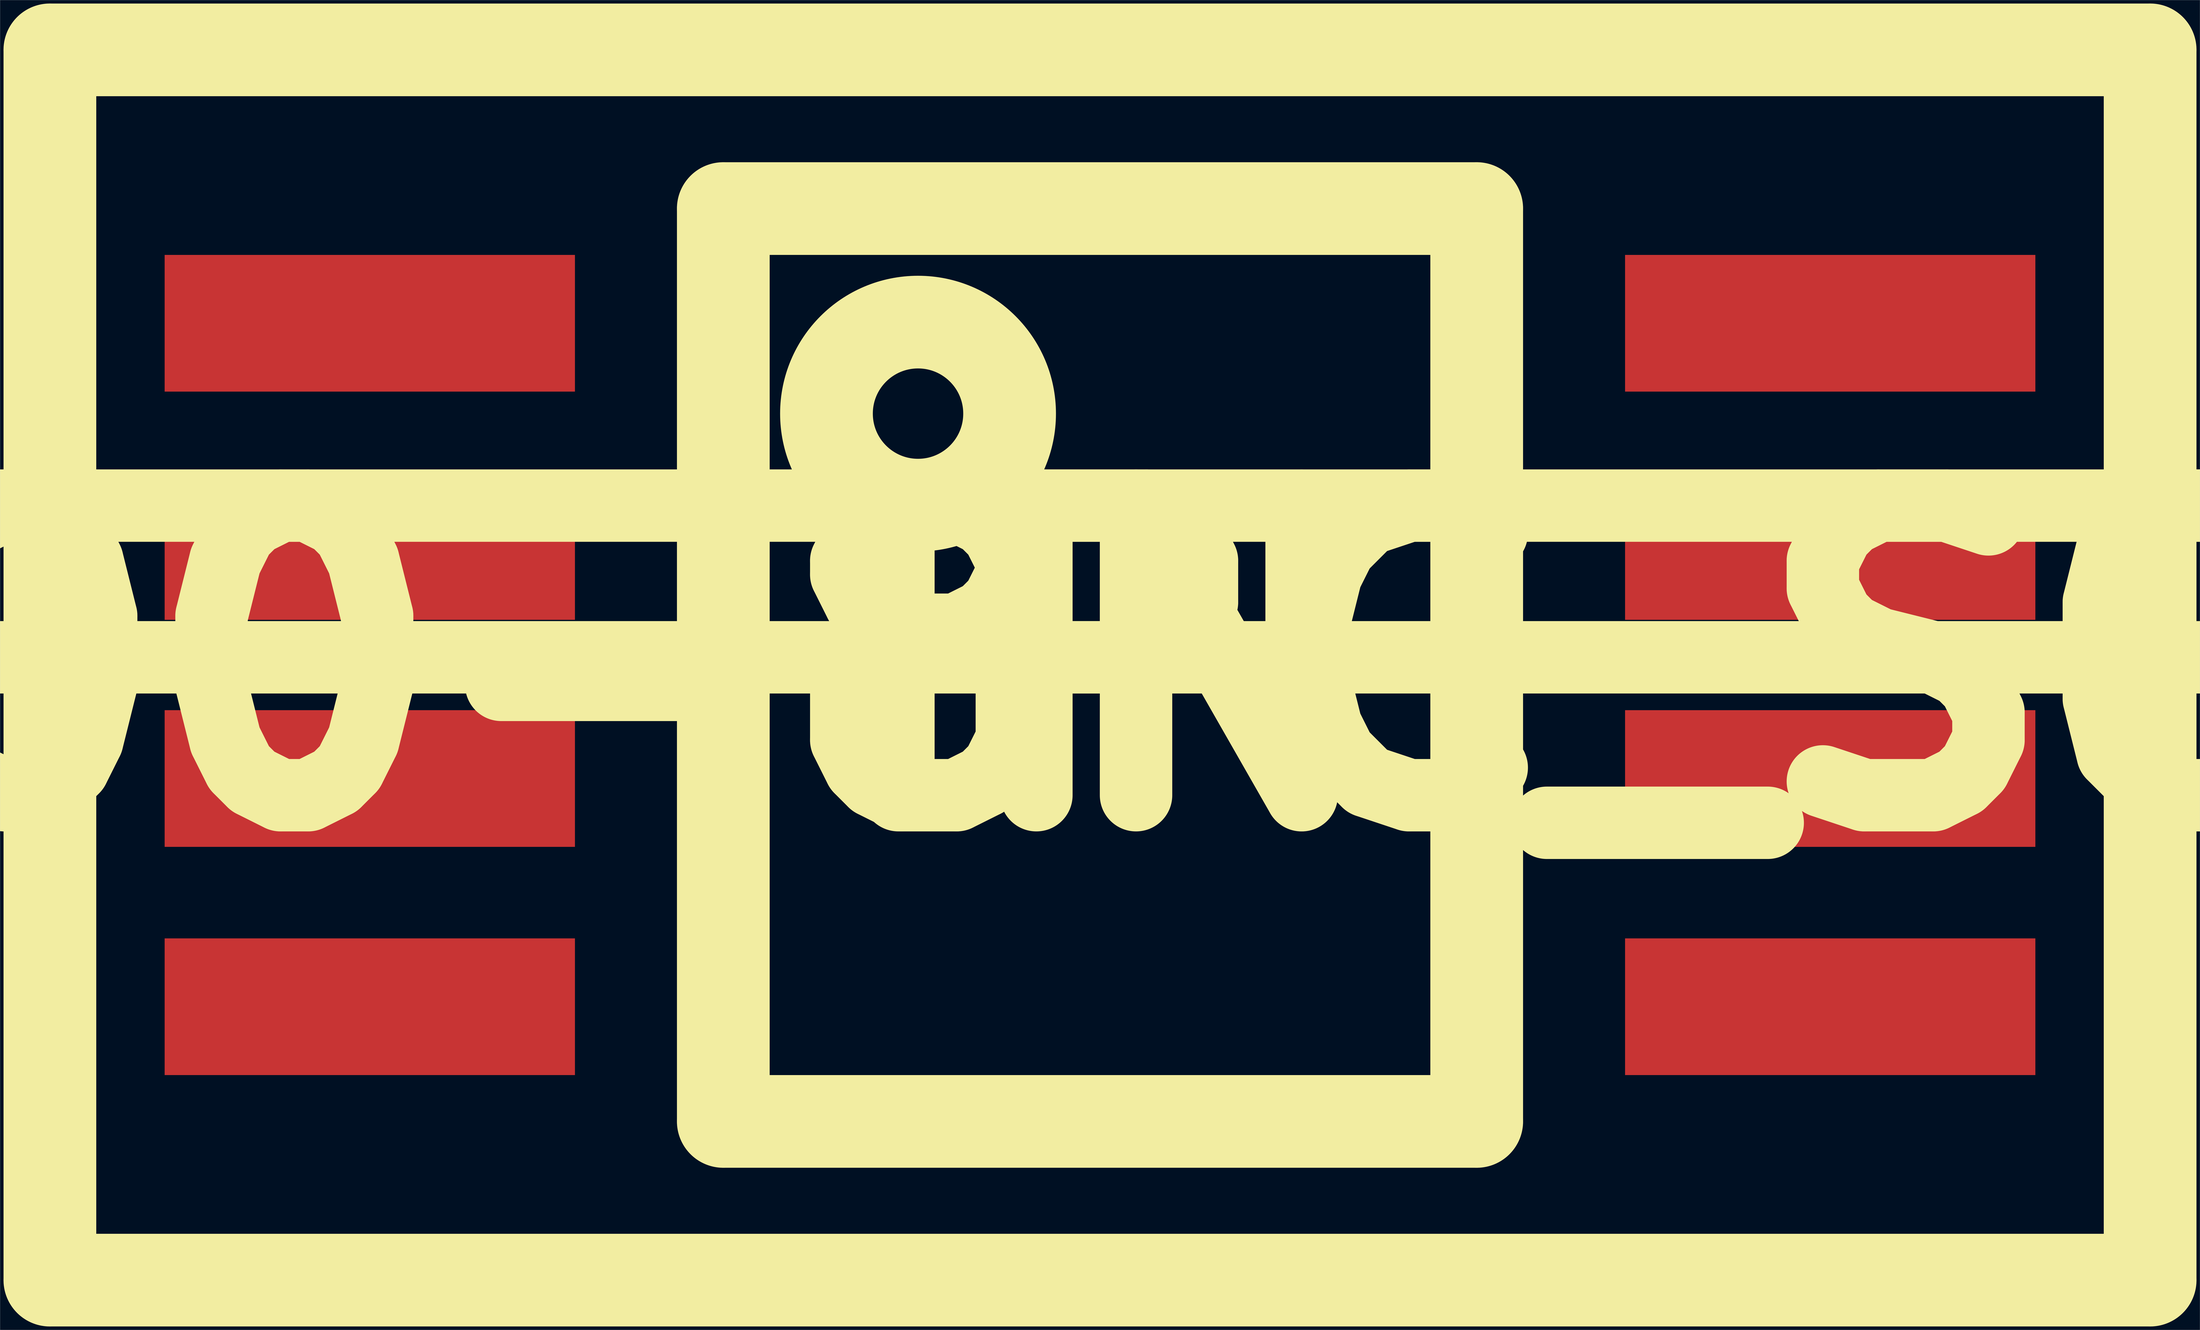
<source format=kicad_pcb>
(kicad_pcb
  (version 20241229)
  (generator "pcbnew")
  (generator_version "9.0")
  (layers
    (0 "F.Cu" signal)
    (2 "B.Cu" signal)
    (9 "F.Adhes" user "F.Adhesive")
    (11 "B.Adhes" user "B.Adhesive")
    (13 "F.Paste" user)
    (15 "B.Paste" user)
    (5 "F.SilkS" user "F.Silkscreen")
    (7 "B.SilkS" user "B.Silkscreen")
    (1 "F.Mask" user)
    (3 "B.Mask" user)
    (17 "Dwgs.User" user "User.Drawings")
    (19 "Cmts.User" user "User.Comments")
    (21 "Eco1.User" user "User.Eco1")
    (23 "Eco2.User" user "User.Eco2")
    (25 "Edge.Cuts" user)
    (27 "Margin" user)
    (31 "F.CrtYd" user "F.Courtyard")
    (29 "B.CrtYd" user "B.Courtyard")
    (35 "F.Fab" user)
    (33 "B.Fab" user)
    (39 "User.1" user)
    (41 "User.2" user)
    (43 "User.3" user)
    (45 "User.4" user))
  (footprint "IPC_SOP50P310X100-8N"
    (layer "F.Cu")
    (at 946 571)
    (property "Reference" "IPC_SOP50P310X100-8N" (at 0 0 0) (layer "F.SilkS") (effects (font (size 250 250) (thickness 120))))
    (attr through_hole)
    (fp_line (start -906 -531) (end 906 -531) (stroke (width 80) (type solid)) (layer "F.SilkS"))
    (fp_line (start -906 531) (end -906 -531) (stroke (width 80) (type solid)) (layer "F.SilkS"))
    (fp_line (start -325 -394) (end 325 -394) (stroke (width 80) (type solid)) (layer "F.SilkS"))
    (fp_line (start -325 394) (end -325 -394) (stroke (width 80) (type solid)) (layer "F.SilkS"))
    (fp_line (start 325 -394) (end 325 394) (stroke (width 80) (type solid)) (layer "F.SilkS"))
    (fp_line (start 325 394) (end -325 394) (stroke (width 80) (type solid)) (layer "F.SilkS"))
    (fp_line (start 906 -531) (end 906 531) (stroke (width 80) (type solid)) (layer "F.SilkS"))
    (fp_line (start 906 531) (end -906 531) (stroke (width 80) (type solid)) (layer "F.SilkS"))
    (fp_circle (center -157 -217) (end -118 -217) (stroke (width 80) (type solid)) (fill no) (layer "F.SilkS"))
    (pad "1" smd rect (at -630 -295) (size 354 118) (layers "F.Cu" "F.Mask" "F.Paste"))
    (pad "2" smd rect (at -630 -98) (size 354 118) (layers "F.Cu" "F.Mask" "F.Paste"))
    (pad "3" smd rect (at -630 98) (size 354 118) (layers "F.Cu" "F.Mask" "F.Paste"))
    (pad "4" smd rect (at -630 295) (size 354 118) (layers "F.Cu" "F.Mask" "F.Paste"))
    (pad "5" smd rect (at 630 295) (size 354 118) (layers "F.Cu" "F.Mask" "F.Paste"))
    (pad "6" smd rect (at 630 98) (size 354 118) (layers "F.Cu" "F.Mask" "F.Paste"))
    (pad "7" smd rect (at 630 -98) (size 354 118) (layers "F.Cu" "F.Mask" "F.Paste"))
    (pad "8" smd rect (at 630 -295) (size 354 118) (layers "F.Cu" "F.Mask" "F.Paste")))
  (gr_rect
    (start -3 -3)
    (end 1895 1145)
    (stroke (width 0.1) (type default))
    (fill no)
    (layer "Edge.Cuts")))
</source>
